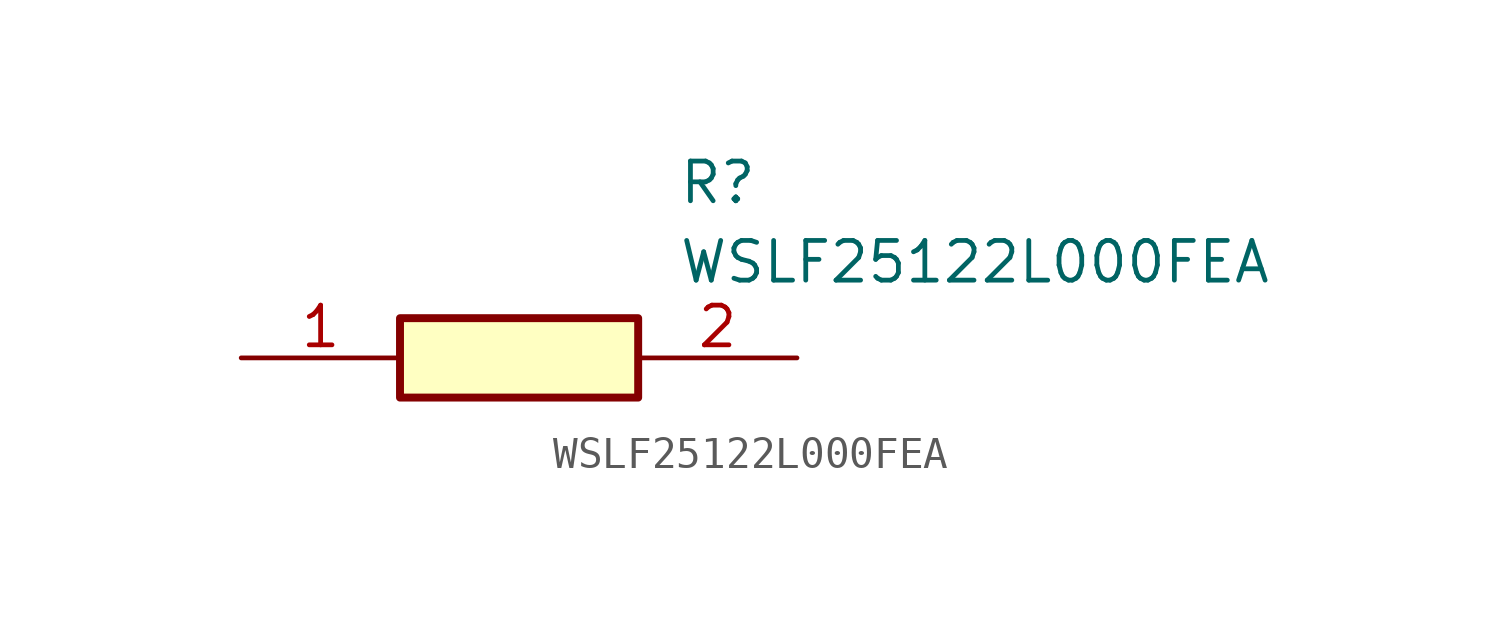
<source format=kicad_sym>
(kicad_symbol_lib
  (version 20211014)
  (generator SamacSys_ECAD_Model)
  (symbol "WSLF25122L000FEA"
    (pin_names hide)
    (property "Reference" "R"
      (at 13.97 6.35 0)
      (effects (font (size 1.27 1.27)) (justify left top)))
    (property "Value" "WSLF25122L000FEA"
      (at 13.97 3.81 0)
      (effects (font (size 1.27 1.27)) (justify left top)))
    (rectangle
      (start 5.08 1.27)
      (end 12.7 -1.27)
      (stroke (width 0.254) (type default))
      (fill (type background)))
    (pin passive line
      (at 0 0 0)
      (length 5.08)
      (name "1" (effects (font (size 1.27 1.27))))
      (number "1" (effects (font (size 1.27 1.27)))))
    (pin passive line
      (at 17.78 0 180)
      (length 5.08)
      (name "2" (effects (font (size 1.27 1.27))))
      (number "2" (effects (font (size 1.27 1.27)))))))
</source>
